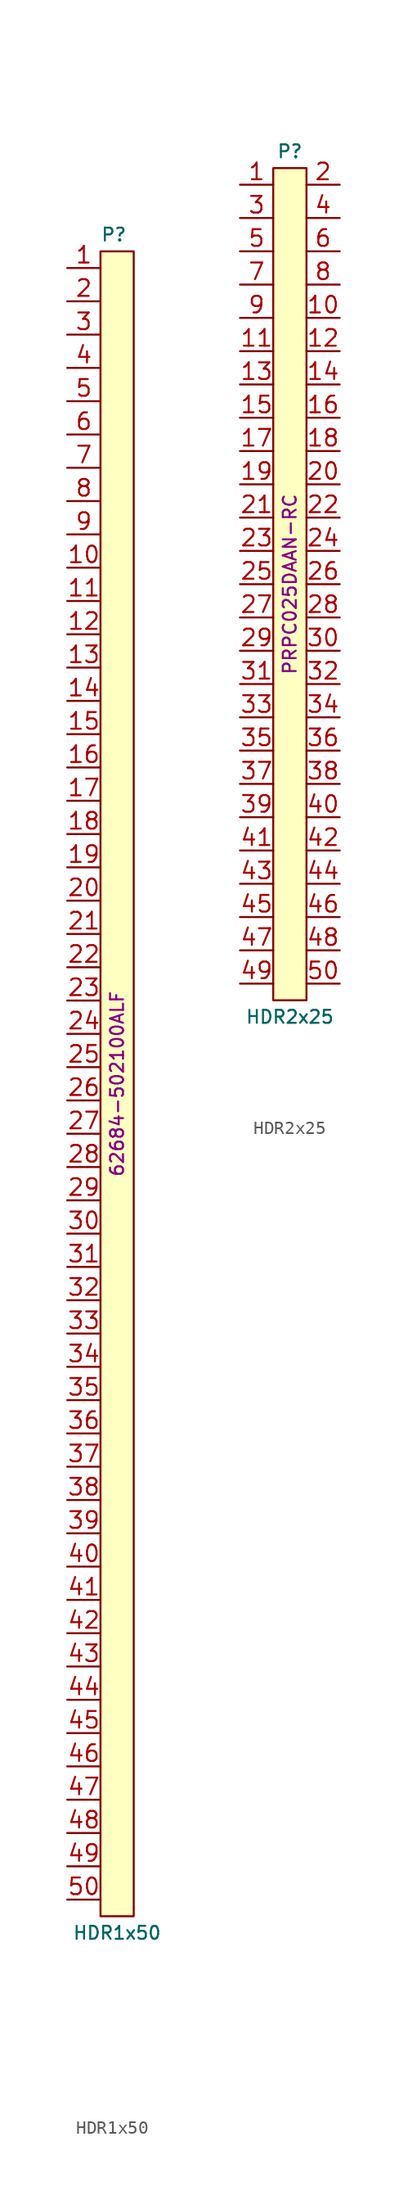
<source format=kicad_sym>
(kicad_symbol_lib
  (version 20231120)
  (generator "kicad_symbol_editor")
  (generator_version "8.0")
  (symbol "HDR1x50"
    (property "Reference" "P"
      (at -1.27 64.77 0)
      (effects (font (size 0.991 0.991)) (justify left)))
    (property "Value" "HDR1x50"
      (at 0 -64.77 0)
      (effects (font (size 0.991 0.991))))
    (property "MPN" "62684-502100ALF"
      (at 0 0 90)
      (effects (font (size 0.991 0.991))))
    (symbol "HDR1x50_0_1"
      (rectangle (start -1.27 63.5) (end 1.27 -63.5) (stroke (width 0) (type default)) (fill (type background))))
    (symbol "HDR1x50_1_1"
      (pin passive line (at -3.81 62.23 0) (length 2.54) (name "~" (effects (font (size 1.27 1.27)))) (number "1" (effects (font (size 1.27 1.27)))))
      (pin passive line (at -3.81 39.37 0) (length 2.54) (name "~" (effects (font (size 1.27 1.27)))) (number "10" (effects (font (size 1.27 1.27)))))
      (pin passive line (at -3.81 36.83 0) (length 2.54) (name "~" (effects (font (size 1.27 1.27)))) (number "11" (effects (font (size 1.27 1.27)))))
      (pin passive line (at -3.81 34.29 0) (length 2.54) (name "~" (effects (font (size 1.27 1.27)))) (number "12" (effects (font (size 1.27 1.27)))))
      (pin passive line (at -3.81 31.75 0) (length 2.54) (name "~" (effects (font (size 1.27 1.27)))) (number "13" (effects (font (size 1.27 1.27)))))
      (pin passive line (at -3.81 29.21 0) (length 2.54) (name "~" (effects (font (size 1.27 1.27)))) (number "14" (effects (font (size 1.27 1.27)))))
      (pin passive line (at -3.81 26.67 0) (length 2.54) (name "~" (effects (font (size 1.27 1.27)))) (number "15" (effects (font (size 1.27 1.27)))))
      (pin passive line (at -3.81 24.13 0) (length 2.54) (name "~" (effects (font (size 1.27 1.27)))) (number "16" (effects (font (size 1.27 1.27)))))
      (pin passive line (at -3.81 21.59 0) (length 2.54) (name "~" (effects (font (size 1.27 1.27)))) (number "17" (effects (font (size 1.27 1.27)))))
      (pin passive line (at -3.81 19.05 0) (length 2.54) (name "~" (effects (font (size 1.27 1.27)))) (number "18" (effects (font (size 1.27 1.27)))))
      (pin passive line (at -3.81 16.51 0) (length 2.54) (name "~" (effects (font (size 1.27 1.27)))) (number "19" (effects (font (size 1.27 1.27)))))
      (pin passive line (at -3.81 59.69 0) (length 2.54) (name "~" (effects (font (size 1.27 1.27)))) (number "2" (effects (font (size 1.27 1.27)))))
      (pin passive line (at -3.81 13.97 0) (length 2.54) (name "~" (effects (font (size 1.27 1.27)))) (number "20" (effects (font (size 1.27 1.27)))))
      (pin passive line (at -3.81 11.43 0) (length 2.54) (name "~" (effects (font (size 1.27 1.27)))) (number "21" (effects (font (size 1.27 1.27)))))
      (pin passive line (at -3.81 8.89 0) (length 2.54) (name "~" (effects (font (size 1.27 1.27)))) (number "22" (effects (font (size 1.27 1.27)))))
      (pin passive line (at -3.81 6.35 0) (length 2.54) (name "~" (effects (font (size 1.27 1.27)))) (number "23" (effects (font (size 1.27 1.27)))))
      (pin passive line (at -3.81 3.81 0) (length 2.54) (name "~" (effects (font (size 1.27 1.27)))) (number "24" (effects (font (size 1.27 1.27)))))
      (pin passive line (at -3.81 1.27 0) (length 2.54) (name "~" (effects (font (size 1.27 1.27)))) (number "25" (effects (font (size 1.27 1.27)))))
      (pin passive line (at -3.81 -1.27 0) (length 2.54) (name "~" (effects (font (size 1.27 1.27)))) (number "26" (effects (font (size 1.27 1.27)))))
      (pin passive line (at -3.81 -3.81 0) (length 2.54) (name "~" (effects (font (size 1.27 1.27)))) (number "27" (effects (font (size 1.27 1.27)))))
      (pin passive line (at -3.81 -6.35 0) (length 2.54) (name "~" (effects (font (size 1.27 1.27)))) (number "28" (effects (font (size 1.27 1.27)))))
      (pin passive line (at -3.81 -8.89 0) (length 2.54) (name "~" (effects (font (size 1.27 1.27)))) (number "29" (effects (font (size 1.27 1.27)))))
      (pin passive line (at -3.81 57.15 0) (length 2.54) (name "~" (effects (font (size 1.27 1.27)))) (number "3" (effects (font (size 1.27 1.27)))))
      (pin passive line (at -3.81 -11.43 0) (length 2.54) (name "~" (effects (font (size 1.27 1.27)))) (number "30" (effects (font (size 1.27 1.27)))))
      (pin passive line (at -3.81 -13.97 0) (length 2.54) (name "~" (effects (font (size 1.27 1.27)))) (number "31" (effects (font (size 1.27 1.27)))))
      (pin passive line (at -3.81 -16.51 0) (length 2.54) (name "~" (effects (font (size 1.27 1.27)))) (number "32" (effects (font (size 1.27 1.27)))))
      (pin passive line (at -3.81 -19.05 0) (length 2.54) (name "~" (effects (font (size 1.27 1.27)))) (number "33" (effects (font (size 1.27 1.27)))))
      (pin passive line (at -3.81 -21.59 0) (length 2.54) (name "~" (effects (font (size 1.27 1.27)))) (number "34" (effects (font (size 1.27 1.27)))))
      (pin passive line (at -3.81 -24.13 0) (length 2.54) (name "~" (effects (font (size 1.27 1.27)))) (number "35" (effects (font (size 1.27 1.27)))))
      (pin passive line (at -3.81 -26.67 0) (length 2.54) (name "~" (effects (font (size 1.27 1.27)))) (number "36" (effects (font (size 1.27 1.27)))))
      (pin passive line (at -3.81 -29.21 0) (length 2.54) (name "~" (effects (font (size 1.27 1.27)))) (number "37" (effects (font (size 1.27 1.27)))))
      (pin passive line (at -3.81 -31.75 0) (length 2.54) (name "~" (effects (font (size 1.27 1.27)))) (number "38" (effects (font (size 1.27 1.27)))))
      (pin passive line (at -3.81 -34.29 0) (length 2.54) (name "~" (effects (font (size 1.27 1.27)))) (number "39" (effects (font (size 1.27 1.27)))))
      (pin passive line (at -3.81 54.61 0) (length 2.54) (name "~" (effects (font (size 1.27 1.27)))) (number "4" (effects (font (size 1.27 1.27)))))
      (pin passive line (at -3.81 -36.83 0) (length 2.54) (name "~" (effects (font (size 1.27 1.27)))) (number "40" (effects (font (size 1.27 1.27)))))
      (pin passive line (at -3.81 -39.37 0) (length 2.54) (name "~" (effects (font (size 1.27 1.27)))) (number "41" (effects (font (size 1.27 1.27)))))
      (pin passive line (at -3.81 -41.91 0) (length 2.54) (name "~" (effects (font (size 1.27 1.27)))) (number "42" (effects (font (size 1.27 1.27)))))
      (pin passive line (at -3.81 -44.45 0) (length 2.54) (name "~" (effects (font (size 1.27 1.27)))) (number "43" (effects (font (size 1.27 1.27)))))
      (pin passive line (at -3.81 -46.99 0) (length 2.54) (name "~" (effects (font (size 1.27 1.27)))) (number "44" (effects (font (size 1.27 1.27)))))
      (pin passive line (at -3.81 -49.53 0) (length 2.54) (name "~" (effects (font (size 1.27 1.27)))) (number "45" (effects (font (size 1.27 1.27)))))
      (pin passive line (at -3.81 -52.07 0) (length 2.54) (name "~" (effects (font (size 1.27 1.27)))) (number "46" (effects (font (size 1.27 1.27)))))
      (pin passive line (at -3.81 -54.61 0) (length 2.54) (name "~" (effects (font (size 1.27 1.27)))) (number "47" (effects (font (size 1.27 1.27)))))
      (pin passive line (at -3.81 -57.15 0) (length 2.54) (name "~" (effects (font (size 1.27 1.27)))) (number "48" (effects (font (size 1.27 1.27)))))
      (pin passive line (at -3.81 -59.69 0) (length 2.54) (name "~" (effects (font (size 1.27 1.27)))) (number "49" (effects (font (size 1.27 1.27)))))
      (pin passive line (at -3.81 52.07 0) (length 2.54) (name "~" (effects (font (size 1.27 1.27)))) (number "5" (effects (font (size 1.27 1.27)))))
      (pin passive line (at -3.81 -62.23 0) (length 2.54) (name "~" (effects (font (size 1.27 1.27)))) (number "50" (effects (font (size 1.27 1.27)))))
      (pin passive line (at -3.81 49.53 0) (length 2.54) (name "~" (effects (font (size 1.27 1.27)))) (number "6" (effects (font (size 1.27 1.27)))))
      (pin passive line (at -3.81 46.99 0) (length 2.54) (name "~" (effects (font (size 1.27 1.27)))) (number "7" (effects (font (size 1.27 1.27)))))
      (pin passive line (at -3.81 44.45 0) (length 2.54) (name "~" (effects (font (size 1.27 1.27)))) (number "8" (effects (font (size 1.27 1.27)))))
      (pin passive line (at -3.81 41.91 0) (length 2.54) (name "~" (effects (font (size 1.27 1.27)))) (number "9" (effects (font (size 1.27 1.27)))))))
  (symbol "HDR2x25"
    (property "Reference" "P"
      (at 0 33.02 0)
      (effects (font (size 0.991 0.991))))
    (property "Value" "HDR2x25"
      (at 0 -33.02 0)
      (effects (font (size 0.991 0.991))))
    (property "MPN" "PRPC025DAAN-RC"
      (at 0 0 90)
      (effects (font (size 0.991 0.991))))
    (symbol "HDR2x25_1_1"
      (rectangle (start -1.27 31.75) (end 1.27 -31.75) (stroke (width 0) (type default)) (fill (type background)))
      (pin passive line (at -3.81 30.48 0) (length 2.54) (name "~" (effects (font (size 1.27 1.27)))) (number "1" (effects (font (size 1.27 1.27)))))
      (pin passive line (at 3.81 20.32 180) (length 2.54) (name "~" (effects (font (size 1.27 1.27)))) (number "10" (effects (font (size 1.27 1.27)))))
      (pin passive line (at -3.81 17.78 0) (length 2.54) (name "~" (effects (font (size 1.27 1.27)))) (number "11" (effects (font (size 1.27 1.27)))))
      (pin passive line (at 3.81 17.78 180) (length 2.54) (name "~" (effects (font (size 1.27 1.27)))) (number "12" (effects (font (size 1.27 1.27)))))
      (pin passive line (at -3.81 15.24 0) (length 2.54) (name "~" (effects (font (size 1.27 1.27)))) (number "13" (effects (font (size 1.27 1.27)))))
      (pin passive line (at 3.81 15.24 180) (length 2.54) (name "~" (effects (font (size 1.27 1.27)))) (number "14" (effects (font (size 1.27 1.27)))))
      (pin passive line (at -3.81 12.7 0) (length 2.54) (name "~" (effects (font (size 1.27 1.27)))) (number "15" (effects (font (size 1.27 1.27)))))
      (pin passive line (at 3.81 12.7 180) (length 2.54) (name "~" (effects (font (size 1.27 1.27)))) (number "16" (effects (font (size 1.27 1.27)))))
      (pin passive line (at -3.81 10.16 0) (length 2.54) (name "~" (effects (font (size 1.27 1.27)))) (number "17" (effects (font (size 1.27 1.27)))))
      (pin passive line (at 3.81 10.16 180) (length 2.54) (name "~" (effects (font (size 1.27 1.27)))) (number "18" (effects (font (size 1.27 1.27)))))
      (pin passive line (at -3.81 7.62 0) (length 2.54) (name "~" (effects (font (size 1.27 1.27)))) (number "19" (effects (font (size 1.27 1.27)))))
      (pin passive line (at 3.81 30.48 180) (length 2.54) (name "~" (effects (font (size 1.27 1.27)))) (number "2" (effects (font (size 1.27 1.27)))))
      (pin passive line (at 3.81 7.62 180) (length 2.54) (name "~" (effects (font (size 1.27 1.27)))) (number "20" (effects (font (size 1.27 1.27)))))
      (pin passive line (at -3.81 5.08 0) (length 2.54) (name "~" (effects (font (size 1.27 1.27)))) (number "21" (effects (font (size 1.27 1.27)))))
      (pin passive line (at 3.81 5.08 180) (length 2.54) (name "~" (effects (font (size 1.27 1.27)))) (number "22" (effects (font (size 1.27 1.27)))))
      (pin passive line (at -3.81 2.54 0) (length 2.54) (name "~" (effects (font (size 1.27 1.27)))) (number "23" (effects (font (size 1.27 1.27)))))
      (pin passive line (at 3.81 2.54 180) (length 2.54) (name "~" (effects (font (size 1.27 1.27)))) (number "24" (effects (font (size 1.27 1.27)))))
      (pin passive line (at -3.81 0 0) (length 2.54) (name "~" (effects (font (size 1.27 1.27)))) (number "25" (effects (font (size 1.27 1.27)))))
      (pin passive line (at 3.81 0 180) (length 2.54) (name "~" (effects (font (size 1.27 1.27)))) (number "26" (effects (font (size 1.27 1.27)))))
      (pin passive line (at -3.81 -2.54 0) (length 2.54) (name "~" (effects (font (size 1.27 1.27)))) (number "27" (effects (font (size 1.27 1.27)))))
      (pin passive line (at 3.81 -2.54 180) (length 2.54) (name "~" (effects (font (size 1.27 1.27)))) (number "28" (effects (font (size 1.27 1.27)))))
      (pin passive line (at -3.81 -5.08 0) (length 2.54) (name "~" (effects (font (size 1.27 1.27)))) (number "29" (effects (font (size 1.27 1.27)))))
      (pin passive line (at -3.81 27.94 0) (length 2.54) (name "~" (effects (font (size 1.27 1.27)))) (number "3" (effects (font (size 1.27 1.27)))))
      (pin passive line (at 3.81 -5.08 180) (length 2.54) (name "~" (effects (font (size 1.27 1.27)))) (number "30" (effects (font (size 1.27 1.27)))))
      (pin passive line (at -3.81 -7.62 0) (length 2.54) (name "~" (effects (font (size 1.27 1.27)))) (number "31" (effects (font (size 1.27 1.27)))))
      (pin passive line (at 3.81 -7.62 180) (length 2.54) (name "~" (effects (font (size 1.27 1.27)))) (number "32" (effects (font (size 1.27 1.27)))))
      (pin passive line (at -3.81 -10.16 0) (length 2.54) (name "~" (effects (font (size 1.27 1.27)))) (number "33" (effects (font (size 1.27 1.27)))))
      (pin passive line (at 3.81 -10.16 180) (length 2.54) (name "~" (effects (font (size 1.27 1.27)))) (number "34" (effects (font (size 1.27 1.27)))))
      (pin passive line (at -3.81 -12.7 0) (length 2.54) (name "~" (effects (font (size 1.27 1.27)))) (number "35" (effects (font (size 1.27 1.27)))))
      (pin passive line (at 3.81 -12.7 180) (length 2.54) (name "~" (effects (font (size 1.27 1.27)))) (number "36" (effects (font (size 1.27 1.27)))))
      (pin passive line (at -3.81 -15.24 0) (length 2.54) (name "~" (effects (font (size 1.27 1.27)))) (number "37" (effects (font (size 1.27 1.27)))))
      (pin passive line (at 3.81 -15.24 180) (length 2.54) (name "~" (effects (font (size 1.27 1.27)))) (number "38" (effects (font (size 1.27 1.27)))))
      (pin passive line (at -3.81 -17.78 0) (length 2.54) (name "~" (effects (font (size 1.27 1.27)))) (number "39" (effects (font (size 1.27 1.27)))))
      (pin passive line (at 3.81 27.94 180) (length 2.54) (name "~" (effects (font (size 1.27 1.27)))) (number "4" (effects (font (size 1.27 1.27)))))
      (pin passive line (at 3.81 -17.78 180) (length 2.54) (name "~" (effects (font (size 1.27 1.27)))) (number "40" (effects (font (size 1.27 1.27)))))
      (pin passive line (at -3.81 -20.32 0) (length 2.54) (name "~" (effects (font (size 1.27 1.27)))) (number "41" (effects (font (size 1.27 1.27)))))
      (pin passive line (at 3.81 -20.32 180) (length 2.54) (name "~" (effects (font (size 1.27 1.27)))) (number "42" (effects (font (size 1.27 1.27)))))
      (pin passive line (at -3.81 -22.86 0) (length 2.54) (name "~" (effects (font (size 1.27 1.27)))) (number "43" (effects (font (size 1.27 1.27)))))
      (pin passive line (at 3.81 -22.86 180) (length 2.54) (name "~" (effects (font (size 1.27 1.27)))) (number "44" (effects (font (size 1.27 1.27)))))
      (pin passive line (at -3.81 -25.4 0) (length 2.54) (name "~" (effects (font (size 1.27 1.27)))) (number "45" (effects (font (size 1.27 1.27)))))
      (pin passive line (at 3.81 -25.4 180) (length 2.54) (name "~" (effects (font (size 1.27 1.27)))) (number "46" (effects (font (size 1.27 1.27)))))
      (pin passive line (at -3.81 -27.94 0) (length 2.54) (name "~" (effects (font (size 1.27 1.27)))) (number "47" (effects (font (size 1.27 1.27)))))
      (pin passive line (at 3.81 -27.94 180) (length 2.54) (name "~" (effects (font (size 1.27 1.27)))) (number "48" (effects (font (size 1.27 1.27)))))
      (pin passive line (at -3.81 -30.48 0) (length 2.54) (name "~" (effects (font (size 1.27 1.27)))) (number "49" (effects (font (size 1.27 1.27)))))
      (pin passive line (at -3.81 25.4 0) (length 2.54) (name "~" (effects (font (size 1.27 1.27)))) (number "5" (effects (font (size 1.27 1.27)))))
      (pin passive line (at 3.81 -30.48 180) (length 2.54) (name "~" (effects (font (size 1.27 1.27)))) (number "50" (effects (font (size 1.27 1.27)))))
      (pin passive line (at 3.81 25.4 180) (length 2.54) (name "~" (effects (font (size 1.27 1.27)))) (number "6" (effects (font (size 1.27 1.27)))))
      (pin passive line (at -3.81 22.86 0) (length 2.54) (name "~" (effects (font (size 1.27 1.27)))) (number "7" (effects (font (size 1.27 1.27)))))
      (pin passive line (at 3.81 22.86 180) (length 2.54) (name "~" (effects (font (size 1.27 1.27)))) (number "8" (effects (font (size 1.27 1.27)))))
      (pin passive line (at -3.81 20.32 0) (length 2.54) (name "~" (effects (font (size 1.27 1.27)))) (number "9" (effects (font (size 1.27 1.27))))))))
</source>
